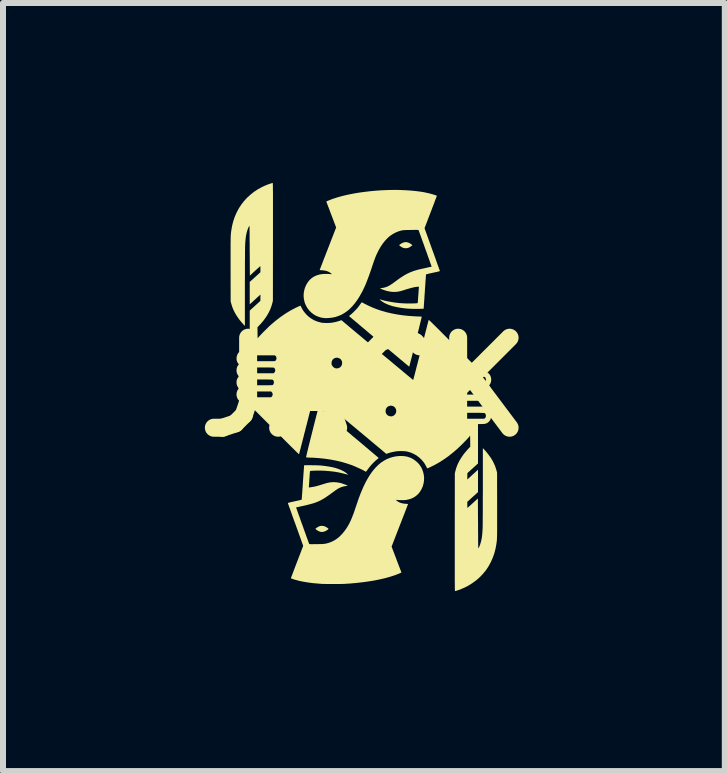
<source format=kicad_pcb>
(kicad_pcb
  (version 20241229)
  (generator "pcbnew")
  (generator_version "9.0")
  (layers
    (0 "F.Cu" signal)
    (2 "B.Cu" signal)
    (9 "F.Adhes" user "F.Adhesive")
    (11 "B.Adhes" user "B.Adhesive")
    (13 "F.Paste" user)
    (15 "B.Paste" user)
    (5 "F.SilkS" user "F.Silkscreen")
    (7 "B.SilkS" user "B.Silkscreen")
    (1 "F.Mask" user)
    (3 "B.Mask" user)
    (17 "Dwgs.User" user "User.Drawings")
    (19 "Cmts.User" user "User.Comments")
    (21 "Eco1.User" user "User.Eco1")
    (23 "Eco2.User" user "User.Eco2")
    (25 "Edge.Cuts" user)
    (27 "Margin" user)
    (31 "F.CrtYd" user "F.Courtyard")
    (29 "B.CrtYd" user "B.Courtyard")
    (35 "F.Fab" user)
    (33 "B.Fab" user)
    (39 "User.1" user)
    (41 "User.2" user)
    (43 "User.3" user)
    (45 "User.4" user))
  (footprint "JACK"
    (layer "F.Cu")
    (at 3.014 3.4)
    (property "Reference" "JACK" (at 0 0 0) (layer "F.SilkS") (effects (font (size 1.5 1.5) (thickness 0.3))))
    (attr board_only exclude_from_pos_files exclude_from_bom)
    (fp_poly (pts (xy -0.673 2.316) (xy -0.645 2.325) (xy -0.618 2.34) (xy -0.609 2.346) (xy -0.599 2.354) (xy -0.592 2.36) (xy -0.588 2.364) (xy -0.588 2.364) (xy -0.59 2.367) (xy -0.597 2.373) (xy -0.606 2.38) (xy -0.616 2.387) (xy -0.627 2.394) (xy -0.636 2.399) (xy -0.636 2.399) (xy -0.661 2.409) (xy -0.687 2.415) (xy -0.712 2.415) (xy -0.731 2.411) (xy -0.743 2.406) (xy -0.757 2.4) (xy -0.771 2.392) (xy -0.784 2.384) (xy -0.795 2.376) (xy -0.803 2.369) (xy -0.807 2.364) (xy -0.807 2.363) (xy -0.805 2.36) (xy -0.798 2.355) (xy -0.789 2.348) (xy -0.778 2.34) (xy -0.767 2.333) (xy -0.757 2.327) (xy -0.754 2.326) (xy -0.728 2.316) (xy -0.7 2.313)) (stroke (width 0) (type solid)) (fill yes) (layer "F.SilkS"))
    (fp_poly (pts (xy 0.716 -2.414) (xy 0.743 -2.406) (xy 0.75 -2.403) (xy 0.762 -2.397) (xy 0.774 -2.39) (xy 0.786 -2.382) (xy 0.796 -2.374) (xy 0.804 -2.368) (xy 0.807 -2.364) (xy 0.807 -2.363) (xy 0.805 -2.36) (xy 0.798 -2.355) (xy 0.789 -2.348) (xy 0.778 -2.34) (xy 0.767 -2.333) (xy 0.758 -2.328) (xy 0.756 -2.326) (xy 0.729 -2.316) (xy 0.701 -2.313) (xy 0.673 -2.315) (xy 0.666 -2.317) (xy 0.654 -2.321) (xy 0.643 -2.325) (xy 0.638 -2.327) (xy 0.631 -2.331) (xy 0.622 -2.337) (xy 0.611 -2.345) (xy 0.601 -2.352) (xy 0.593 -2.359) (xy 0.588 -2.363) (xy 0.588 -2.364) (xy 0.59 -2.367) (xy 0.596 -2.372) (xy 0.605 -2.379) (xy 0.633 -2.397) (xy 0.661 -2.409) (xy 0.689 -2.415)) (stroke (width 0) (type solid)) (fill yes) (layer "F.SilkS"))
    (fp_poly (pts (xy -0.753 0.341) (xy -0.746 0.347) (xy -0.734 0.357) (xy -0.718 0.37) (xy -0.699 0.386) (xy -0.676 0.405) (xy -0.65 0.427) (xy -0.62 0.452) (xy -0.589 0.478) (xy -0.554 0.507) (xy -0.518 0.538) (xy -0.48 0.57) (xy -0.44 0.603) (xy -0.399 0.637) (xy -0.357 0.673) (xy -0.315 0.708) (xy -0.272 0.744) (xy -0.229 0.78) (xy -0.186 0.817) (xy -0.144 0.852) (xy -0.102 0.887) (xy -0.061 0.921) (xy -0.022 0.954) (xy 0.016 0.986) (xy 0.051 1.016) (xy 0.085 1.045) (xy 0.116 1.071) (xy 0.145 1.095) (xy 0.17 1.116) (xy 0.192 1.135) (xy 0.211 1.151) (xy 0.225 1.163) (xy 0.236 1.172) (xy 0.242 1.177) (xy 0.243 1.178) (xy 0.245 1.181) (xy 0.245 1.184) (xy 0.242 1.188) (xy 0.235 1.194) (xy 0.226 1.201) (xy 0.191 1.23) (xy 0.156 1.264) (xy 0.12 1.302) (xy 0.087 1.343) (xy 0.062 1.376) (xy 0.053 1.389) (xy 0.044 1.4) (xy 0.038 1.408) (xy 0.034 1.411) (xy 0.034 1.411) (xy 0.029 1.41) (xy 0.022 1.406) (xy 0.02 1.404) (xy 0.002 1.394) (xy -0.021 1.382) (xy -0.048 1.369) (xy -0.077 1.355) (xy -0.109 1.341) (xy -0.14 1.327) (xy -0.171 1.314) (xy -0.2 1.302) (xy -0.218 1.296) (xy -0.296 1.27) (xy -0.378 1.246) (xy -0.465 1.226) (xy -0.556 1.209) (xy -0.649 1.195) (xy -0.745 1.185) (xy -0.843 1.178) (xy -0.89 1.177) (xy -0.911 1.176) (xy -0.929 1.175) (xy -0.945 1.174) (xy -0.956 1.173) (xy -0.962 1.172) (xy -0.963 1.172) (xy -0.963 1.17) (xy -0.962 1.164) (xy -0.96 1.155) (xy -0.957 1.141) (xy -0.953 1.124) (xy -0.948 1.102) (xy -0.942 1.075) (xy -0.934 1.044) (xy -0.925 1.007) (xy -0.915 0.965) (xy -0.903 0.918) (xy -0.89 0.865) (xy -0.875 0.807) (xy -0.862 0.754) (xy -0.849 0.704) (xy -0.837 0.655) (xy -0.825 0.609) (xy -0.814 0.564) (xy -0.803 0.523) (xy -0.794 0.485) (xy -0.785 0.451) (xy -0.777 0.42) (xy -0.77 0.394) (xy -0.765 0.372) (xy -0.76 0.356) (xy -0.757 0.345) (xy -0.756 0.34) (xy -0.755 0.339)) (stroke (width 0) (type solid)) (fill yes) (layer "F.SilkS"))
    (fp_poly (pts (xy -0.029 -1.41) (xy -0.022 -1.406) (xy -0.016 -1.403) (xy 0.011 -1.388) (xy 0.043 -1.372) (xy 0.078 -1.355) (xy 0.115 -1.338) (xy 0.152 -1.322) (xy 0.189 -1.307) (xy 0.218 -1.296) (xy 0.294 -1.27) (xy 0.376 -1.247) (xy 0.462 -1.227) (xy 0.551 -1.21) (xy 0.644 -1.196) (xy 0.738 -1.186) (xy 0.834 -1.179) (xy 0.894 -1.176) (xy 0.914 -1.176) (xy 0.932 -1.175) (xy 0.947 -1.174) (xy 0.958 -1.173) (xy 0.964 -1.172) (xy 0.964 -1.171) (xy 0.964 -1.168) (xy 0.962 -1.159) (xy 0.958 -1.144) (xy 0.954 -1.125) (xy 0.948 -1.101) (xy 0.941 -1.073) (xy 0.933 -1.041) (xy 0.925 -1.007) (xy 0.916 -0.969) (xy 0.906 -0.93) (xy 0.895 -0.888) (xy 0.885 -0.845) (xy 0.874 -0.802) (xy 0.863 -0.758) (xy 0.852 -0.713) (xy 0.841 -0.67) (xy 0.83 -0.627) (xy 0.819 -0.585) (xy 0.809 -0.545) (xy 0.8 -0.508) (xy 0.791 -0.473) (xy 0.782 -0.441) (xy 0.775 -0.413) (xy 0.769 -0.388) (xy 0.764 -0.368) (xy 0.76 -0.353) (xy 0.757 -0.343) (xy 0.756 -0.339) (xy 0.755 -0.339) (xy 0.753 -0.341) (xy 0.746 -0.347) (xy 0.734 -0.357) (xy 0.718 -0.37) (xy 0.698 -0.387) (xy 0.674 -0.407) (xy 0.647 -0.43) (xy 0.616 -0.455) (xy 0.582 -0.484) (xy 0.546 -0.514) (xy 0.507 -0.547) (xy 0.465 -0.582) (xy 0.421 -0.619) (xy 0.376 -0.657) (xy 0.329 -0.697) (xy 0.28 -0.738) (xy 0.257 -0.757) (xy 0.207 -0.799) (xy 0.159 -0.839) (xy 0.113 -0.878) (xy 0.068 -0.916) (xy 0.026 -0.952) (xy -0.015 -0.986) (xy -0.053 -1.018) (xy -0.088 -1.048) (xy -0.12 -1.075) (xy -0.149 -1.099) (xy -0.175 -1.121) (xy -0.197 -1.139) (xy -0.215 -1.155) (xy -0.229 -1.167) (xy -0.239 -1.175) (xy -0.244 -1.179) (xy -0.245 -1.18) (xy -0.245 -1.182) (xy -0.243 -1.186) (xy -0.236 -1.193) (xy -0.225 -1.201) (xy -0.212 -1.212) (xy -0.195 -1.227) (xy -0.177 -1.244) (xy -0.158 -1.263) (xy -0.139 -1.282) (xy -0.122 -1.3) (xy -0.108 -1.316) (xy -0.101 -1.324) (xy -0.091 -1.337) (xy -0.079 -1.353) (xy -0.067 -1.37) (xy -0.06 -1.38) (xy -0.051 -1.392) (xy -0.043 -1.402) (xy -0.037 -1.409) (xy -0.034 -1.411)) (stroke (width 0) (type solid)) (fill yes) (layer "F.SilkS"))
    (fp_poly (pts (xy 0.595 -3.284) (xy 0.691 -3.28) (xy 0.784 -3.274) (xy 0.874 -3.265) (xy 0.89 -3.263) (xy 0.942 -3.256) (xy 0.994 -3.248) (xy 1.042 -3.238) (xy 1.082 -3.229) (xy 1.103 -3.224) (xy 1.124 -3.218) (xy 1.145 -3.212) (xy 1.166 -3.206) (xy 1.183 -3.2) (xy 1.198 -3.195) (xy 1.209 -3.191) (xy 1.215 -3.188) (xy 1.216 -3.187) (xy 1.215 -3.184) (xy 1.212 -3.175) (xy 1.207 -3.161) (xy 1.2 -3.142) (xy 1.191 -3.119) (xy 1.181 -3.092) (xy 1.17 -3.061) (xy 1.157 -3.028) (xy 1.143 -2.992) (xy 1.129 -2.954) (xy 1.114 -2.916) (xy 1.011 -2.647) (xy 1.138 -2.293) (xy 1.155 -2.247) (xy 1.171 -2.203) (xy 1.186 -2.161) (xy 1.2 -2.121) (xy 1.213 -2.084) (xy 1.225 -2.05) (xy 1.236 -2.02) (xy 1.246 -1.993) (xy 1.253 -1.971) (xy 1.26 -1.954) (xy 1.264 -1.942) (xy 1.266 -1.936) (xy 1.266 -1.934) (xy 1.265 -1.933) (xy 1.261 -1.931) (xy 1.254 -1.928) (xy 1.243 -1.925) (xy 1.227 -1.921) (xy 1.206 -1.916) (xy 1.18 -1.911) (xy 1.153 -1.905) (xy 1.127 -1.899) (xy 1.103 -1.894) (xy 1.081 -1.889) (xy 1.063 -1.884) (xy 1.049 -1.881) (xy 1.04 -1.878) (xy 1.037 -1.877) (xy 1.036 -1.874) (xy 1.035 -1.864) (xy 1.034 -1.849) (xy 1.032 -1.829) (xy 1.031 -1.804) (xy 1.028 -1.775) (xy 1.026 -1.743) (xy 1.024 -1.707) (xy 1.021 -1.669) (xy 1.018 -1.628) (xy 1.016 -1.59) (xy 1.013 -1.548) (xy 1.01 -1.508) (xy 1.008 -1.47) (xy 1.005 -1.435) (xy 1.003 -1.403) (xy 1.001 -1.375) (xy 1 -1.351) (xy 0.998 -1.331) (xy 0.997 -1.317) (xy 0.997 -1.308) (xy 0.997 -1.306) (xy 0.993 -1.305) (xy 0.985 -1.305) (xy 0.971 -1.304) (xy 0.954 -1.304) (xy 0.934 -1.303) (xy 0.922 -1.303) (xy 0.852 -1.302) (xy 0.783 -1.304) (xy 0.716 -1.308) (xy 0.652 -1.315) (xy 0.591 -1.324) (xy 0.533 -1.335) (xy 0.479 -1.348) (xy 0.429 -1.364) (xy 0.384 -1.381) (xy 0.343 -1.401) (xy 0.308 -1.422) (xy 0.28 -1.444) (xy 0.271 -1.452) (xy 0.265 -1.458) (xy 0.262 -1.461) (xy 0.262 -1.461) (xy 0.266 -1.461) (xy 0.274 -1.459) (xy 0.285 -1.456) (xy 0.291 -1.454) (xy 0.342 -1.44) (xy 0.399 -1.428) (xy 0.459 -1.417) (xy 0.522 -1.407) (xy 0.585 -1.4) (xy 0.604 -1.398) (xy 0.625 -1.397) (xy 0.65 -1.395) (xy 0.676 -1.394) (xy 0.704 -1.393) (xy 0.733 -1.393) (xy 0.762 -1.393) (xy 0.79 -1.393) (xy 0.816 -1.393) (xy 0.84 -1.394) (xy 0.861 -1.395) (xy 0.877 -1.396) (xy 0.889 -1.397) (xy 0.896 -1.399) (xy 0.897 -1.4) (xy 0.897 -1.403) (xy 0.898 -1.412) (xy 0.9 -1.426) (xy 0.901 -1.444) (xy 0.903 -1.465) (xy 0.904 -1.488) (xy 0.906 -1.513) (xy 0.908 -1.539) (xy 0.91 -1.564) (xy 0.912 -1.589) (xy 0.913 -1.612) (xy 0.915 -1.632) (xy 0.916 -1.649) (xy 0.917 -1.662) (xy 0.917 -1.669) (xy 0.916 -1.671) (xy 0.911 -1.672) (xy 0.903 -1.672) (xy 0.894 -1.671) (xy 0.876 -1.669) (xy 0.858 -1.667) (xy 0.839 -1.663) (xy 0.819 -1.659) (xy 0.796 -1.653) (xy 0.769 -1.646) (xy 0.739 -1.637) (xy 0.704 -1.627) (xy 0.664 -1.614) (xy 0.66 -1.613) (xy 0.633 -1.605) (xy 0.61 -1.598) (xy 0.59 -1.594) (xy 0.571 -1.59) (xy 0.552 -1.587) (xy 0.536 -1.586) (xy 0.488 -1.585) (xy 0.439 -1.59) (xy 0.388 -1.6) (xy 0.358 -1.609) (xy 0.343 -1.614) (xy 0.326 -1.62) (xy 0.31 -1.626) (xy 0.294 -1.632) (xy 0.282 -1.638) (xy 0.273 -1.642) (xy 0.27 -1.644) (xy 0.272 -1.645) (xy 0.278 -1.647) (xy 0.288 -1.648) (xy 0.289 -1.648) (xy 0.327 -1.654) (xy 0.362 -1.663) (xy 0.396 -1.676) (xy 0.43 -1.694) (xy 0.465 -1.716) (xy 0.478 -1.725) (xy 0.488 -1.732) (xy 0.501 -1.742) (xy 0.518 -1.754) (xy 0.537 -1.768) (xy 0.556 -1.782) (xy 0.565 -1.789) (xy 0.603 -1.816) (xy 0.638 -1.839) (xy 0.67 -1.859) (xy 0.701 -1.877) (xy 0.732 -1.893) (xy 0.764 -1.908) (xy 0.783 -1.916) (xy 0.803 -1.923) (xy 0.821 -1.931) (xy 0.84 -1.937) (xy 0.86 -1.943) (xy 0.881 -1.949) (xy 0.904 -1.956) (xy 0.931 -1.962) (xy 0.962 -1.969) (xy 0.998 -1.977) (xy 1.03 -1.984) (xy 1.054 -1.99) (xy 1.076 -1.995) (xy 1.096 -1.999) (xy 1.111 -2.002) (xy 1.123 -2.005) (xy 1.129 -2.006) (xy 1.129 -2.007) (xy 1.129 -2.01) (xy 1.126 -2.018) (xy 1.121 -2.032) (xy 1.114 -2.05) (xy 1.106 -2.073) (xy 1.097 -2.099) (xy 1.087 -2.128) (xy 1.075 -2.159) (xy 1.063 -2.193) (xy 1.051 -2.229) (xy 1.038 -2.265) (xy 1.024 -2.302) (xy 1.011 -2.339) (xy 0.998 -2.376) (xy 0.985 -2.412) (xy 0.972 -2.447) (xy 0.961 -2.479) (xy 0.95 -2.51) (xy 0.94 -2.537) (xy 0.931 -2.561) (xy 0.924 -2.581) (xy 0.918 -2.597) (xy 0.914 -2.608) (xy 0.912 -2.613) (xy 0.911 -2.615) (xy 0.909 -2.616) (xy 0.906 -2.617) (xy 0.901 -2.618) (xy 0.893 -2.618) (xy 0.882 -2.619) (xy 0.867 -2.619) (xy 0.847 -2.619) (xy 0.823 -2.618) (xy 0.792 -2.618) (xy 0.787 -2.618) (xy 0.752 -2.617) (xy 0.722 -2.617) (xy 0.698 -2.616) (xy 0.677 -2.615) (xy 0.659 -2.614) (xy 0.644 -2.612) (xy 0.63 -2.609) (xy 0.616 -2.606) (xy 0.602 -2.602) (xy 0.586 -2.597) (xy 0.577 -2.594) (xy 0.527 -2.574) (xy 0.48 -2.548) (xy 0.434 -2.517) (xy 0.391 -2.479) (xy 0.35 -2.435) (xy 0.311 -2.385) (xy 0.274 -2.329) (xy 0.24 -2.268) (xy 0.233 -2.252) (xy 0.222 -2.231) (xy 0.212 -2.21) (xy 0.203 -2.189) (xy 0.194 -2.168) (xy 0.185 -2.144) (xy 0.176 -2.119) (xy 0.165 -2.09) (xy 0.154 -2.057) (xy 0.141 -2.019) (xy 0.134 -1.997) (xy 0.112 -1.932) (xy 0.091 -1.872) (xy 0.071 -1.818) (xy 0.052 -1.768) (xy 0.034 -1.722) (xy 0.016 -1.68) (xy -0.003 -1.64) (xy -0.021 -1.602) (xy -0.032 -1.582) (xy -0.07 -1.514) (xy -0.109 -1.452) (xy -0.15 -1.396) (xy -0.192 -1.346) (xy -0.235 -1.302) (xy -0.28 -1.264) (xy -0.327 -1.232) (xy -0.376 -1.204) (xy -0.427 -1.183) (xy -0.475 -1.167) (xy -0.509 -1.16) (xy -0.547 -1.154) (xy -0.585 -1.15) (xy -0.623 -1.148) (xy -0.657 -1.149) (xy -0.664 -1.15) (xy -0.711 -1.157) (xy -0.757 -1.171) (xy -0.8 -1.189) (xy -0.84 -1.213) (xy -0.877 -1.242) (xy -0.91 -1.275) (xy -0.939 -1.312) (xy -0.963 -1.353) (xy -0.982 -1.396) (xy -0.991 -1.427) (xy -1 -1.47) (xy -1.004 -1.512) (xy -1.003 -1.554) (xy -1 -1.579) (xy -0.99 -1.627) (xy -0.975 -1.672) (xy -0.955 -1.713) (xy -0.931 -1.751) (xy -0.903 -1.785) (xy -0.871 -1.814) (xy -0.836 -1.838) (xy -0.816 -1.848) (xy -0.78 -1.863) (xy -0.743 -1.874) (xy -0.704 -1.881) (xy -0.662 -1.885) (xy -0.615 -1.885) (xy -0.61 -1.885) (xy -0.591 -1.884) (xy -0.573 -1.883) (xy -0.558 -1.882) (xy -0.547 -1.881) (xy -0.542 -1.881) (xy -0.531 -1.879) (xy -0.547 -1.894) (xy -0.57 -1.911) (xy -0.597 -1.925) (xy -0.63 -1.936) (xy -0.666 -1.943) (xy -0.698 -1.946) (xy -0.713 -1.947) (xy -0.725 -1.948) (xy -0.733 -1.95) (xy -0.736 -1.951) (xy -0.735 -1.954) (xy -0.732 -1.963) (xy -0.726 -1.977) (xy -0.719 -1.996) (xy -0.71 -2.02) (xy -0.699 -2.047) (xy -0.687 -2.079) (xy -0.674 -2.114) (xy -0.659 -2.152) (xy -0.643 -2.192) (xy -0.627 -2.235) (xy -0.609 -2.28) (xy -0.599 -2.306) (xy -0.462 -2.659) (xy -0.544 -2.875) (xy -0.558 -2.911) (xy -0.57 -2.944) (xy -0.582 -2.976) (xy -0.593 -3.004) (xy -0.603 -3.03) (xy -0.611 -3.052) (xy -0.618 -3.069) (xy -0.622 -3.082) (xy -0.625 -3.09) (xy -0.626 -3.092) (xy -0.622 -3.094) (xy -0.612 -3.098) (xy -0.6 -3.104) (xy -0.584 -3.11) (xy -0.567 -3.117) (xy -0.55 -3.124) (xy -0.533 -3.13) (xy -0.518 -3.136) (xy -0.512 -3.138) (xy -0.437 -3.162) (xy -0.358 -3.184) (xy -0.273 -3.204) (xy -0.184 -3.222) (xy -0.092 -3.238) (xy 0.003 -3.251) (xy 0.101 -3.263) (xy 0.199 -3.272) (xy 0.299 -3.279) (xy 0.398 -3.283) (xy 0.497 -3.285)) (stroke (width 0) (type solid)) (fill yes) (layer "F.SilkS"))
    (fp_poly (pts (xy 0.673 1.152) (xy 0.72 1.16) (xy 0.765 1.174) (xy 0.807 1.193) (xy 0.847 1.219) (xy 0.86 1.229) (xy 0.897 1.261) (xy 0.928 1.296) (xy 0.954 1.335) (xy 0.974 1.377) (xy 0.989 1.421) (xy 0.999 1.466) (xy 1.004 1.513) (xy 1.002 1.56) (xy 0.995 1.607) (xy 0.982 1.654) (xy 0.963 1.698) (xy 0.94 1.738) (xy 0.913 1.774) (xy 0.881 1.805) (xy 0.846 1.831) (xy 0.806 1.853) (xy 0.762 1.869) (xy 0.714 1.88) (xy 0.695 1.883) (xy 0.682 1.884) (xy 0.664 1.885) (xy 0.643 1.885) (xy 0.621 1.885) (xy 0.598 1.884) (xy 0.577 1.884) (xy 0.558 1.882) (xy 0.544 1.881) (xy 0.542 1.881) (xy 0.531 1.879) (xy 0.547 1.894) (xy 0.57 1.911) (xy 0.597 1.925) (xy 0.63 1.936) (xy 0.666 1.943) (xy 0.698 1.946) (xy 0.713 1.947) (xy 0.725 1.948) (xy 0.733 1.95) (xy 0.736 1.951) (xy 0.735 1.954) (xy 0.732 1.963) (xy 0.726 1.977) (xy 0.719 1.996) (xy 0.71 2.02) (xy 0.699 2.048) (xy 0.687 2.079) (xy 0.674 2.114) (xy 0.659 2.152) (xy 0.643 2.192) (xy 0.627 2.235) (xy 0.609 2.28) (xy 0.599 2.306) (xy 0.462 2.659) (xy 0.543 2.872) (xy 0.556 2.908) (xy 0.569 2.941) (xy 0.581 2.973) (xy 0.592 3.001) (xy 0.602 3.027) (xy 0.61 3.049) (xy 0.617 3.066) (xy 0.622 3.079) (xy 0.625 3.087) (xy 0.625 3.089) (xy 0.623 3.091) (xy 0.616 3.096) (xy 0.605 3.101) (xy 0.591 3.107) (xy 0.587 3.109) (xy 0.518 3.136) (xy 0.443 3.16) (xy 0.363 3.183) (xy 0.277 3.203) (xy 0.186 3.222) (xy 0.09 3.238) (xy -0.01 3.252) (xy -0.114 3.264) (xy -0.222 3.274) (xy -0.333 3.281) (xy -0.334 3.281) (xy -0.354 3.282) (xy -0.379 3.282) (xy -0.408 3.283) (xy -0.44 3.283) (xy -0.475 3.283) (xy -0.51 3.283) (xy -0.546 3.283) (xy -0.58 3.283) (xy -0.613 3.283) (xy -0.642 3.282) (xy -0.668 3.282) (xy -0.688 3.281) (xy -0.696 3.281) (xy -0.781 3.274) (xy -0.859 3.267) (xy -0.932 3.257) (xy -1 3.246) (xy -1.062 3.234) (xy -1.076 3.231) (xy -1.094 3.226) (xy -1.115 3.22) (xy -1.135 3.215) (xy -1.156 3.209) (xy -1.174 3.203) (xy -1.191 3.197) (xy -1.204 3.193) (xy -1.212 3.189) (xy -1.216 3.187) (xy -1.215 3.184) (xy -1.212 3.175) (xy -1.207 3.161) (xy -1.2 3.142) (xy -1.191 3.119) (xy -1.181 3.092) (xy -1.17 3.062) (xy -1.157 3.028) (xy -1.143 2.992) (xy -1.129 2.954) (xy -1.114 2.916) (xy -1.011 2.647) (xy -1.138 2.293) (xy -1.155 2.247) (xy -1.171 2.203) (xy -1.186 2.161) (xy -1.2 2.121) (xy -1.213 2.084) (xy -1.225 2.05) (xy -1.236 2.02) (xy -1.246 1.994) (xy -1.253 1.972) (xy -1.26 1.954) (xy -1.264 1.942) (xy -1.266 1.936) (xy -1.266 1.934) (xy -1.265 1.933) (xy -1.261 1.931) (xy -1.254 1.928) (xy -1.242 1.925) (xy -1.226 1.921) (xy -1.205 1.916) (xy -1.179 1.911) (xy -1.153 1.905) (xy -1.127 1.899) (xy -1.103 1.894) (xy -1.081 1.889) (xy -1.063 1.884) (xy -1.049 1.881) (xy -1.04 1.879) (xy -1.037 1.877) (xy -1.036 1.874) (xy -1.035 1.864) (xy -1.034 1.849) (xy -1.032 1.829) (xy -1.031 1.804) (xy -1.028 1.775) (xy -1.026 1.743) (xy -1.024 1.707) (xy -1.021 1.669) (xy -1.018 1.628) (xy -1.016 1.59) (xy -1.013 1.548) (xy -1.01 1.508) (xy -1.008 1.47) (xy -1.005 1.434) (xy -1.003 1.403) (xy -1.001 1.374) (xy -0.999 1.35) (xy -0.998 1.331) (xy -0.997 1.316) (xy -0.996 1.308) (xy -0.996 1.305) (xy -0.992 1.304) (xy -0.983 1.304) (xy -0.968 1.303) (xy -0.95 1.303) (xy -0.929 1.303) (xy -0.905 1.303) (xy -0.88 1.303) (xy -0.854 1.304) (xy -0.828 1.304) (xy -0.803 1.304) (xy -0.78 1.305) (xy -0.759 1.306) (xy -0.742 1.306) (xy -0.729 1.307) (xy -0.725 1.307) (xy -0.653 1.315) (xy -0.586 1.325) (xy -0.526 1.336) (xy -0.47 1.35) (xy -0.42 1.367) (xy -0.375 1.385) (xy -0.334 1.406) (xy -0.324 1.412) (xy -0.313 1.419) (xy -0.302 1.427) (xy -0.291 1.435) (xy -0.281 1.444) (xy -0.272 1.451) (xy -0.267 1.457) (xy -0.264 1.461) (xy -0.266 1.461) (xy -0.266 1.461) (xy -0.275 1.459) (xy -0.289 1.455) (xy -0.307 1.45) (xy -0.327 1.445) (xy -0.348 1.44) (xy -0.368 1.435) (xy -0.388 1.43) (xy -0.404 1.427) (xy -0.415 1.424) (xy -0.492 1.411) (xy -0.571 1.402) (xy -0.655 1.395) (xy -0.718 1.393) (xy -0.746 1.393) (xy -0.774 1.393) (xy -0.801 1.393) (xy -0.826 1.394) (xy -0.849 1.395) (xy -0.868 1.396) (xy -0.883 1.397) (xy -0.893 1.399) (xy -0.897 1.401) (xy -0.897 1.401) (xy -0.898 1.405) (xy -0.899 1.415) (xy -0.9 1.429) (xy -0.902 1.448) (xy -0.904 1.47) (xy -0.905 1.495) (xy -0.907 1.52) (xy -0.909 1.548) (xy -0.91 1.574) (xy -0.912 1.598) (xy -0.913 1.619) (xy -0.915 1.636) (xy -0.916 1.648) (xy -0.916 1.654) (xy -0.918 1.673) (xy -0.909 1.673) (xy -0.898 1.672) (xy -0.883 1.67) (xy -0.865 1.667) (xy -0.845 1.664) (xy -0.825 1.66) (xy -0.807 1.656) (xy -0.799 1.654) (xy -0.786 1.651) (xy -0.769 1.646) (xy -0.748 1.64) (xy -0.725 1.633) (xy -0.702 1.626) (xy -0.696 1.624) (xy -0.674 1.617) (xy -0.653 1.611) (xy -0.635 1.605) (xy -0.619 1.601) (xy -0.608 1.598) (xy -0.605 1.597) (xy -0.556 1.588) (xy -0.505 1.585) (xy -0.453 1.588) (xy -0.402 1.597) (xy -0.376 1.603) (xy -0.363 1.607) (xy -0.347 1.613) (xy -0.33 1.619) (xy -0.313 1.625) (xy -0.298 1.631) (xy -0.284 1.637) (xy -0.275 1.641) (xy -0.27 1.643) (xy -0.27 1.644) (xy -0.272 1.645) (xy -0.278 1.647) (xy -0.288 1.648) (xy -0.289 1.648) (xy -0.335 1.656) (xy -0.379 1.669) (xy -0.42 1.688) (xy -0.436 1.697) (xy -0.445 1.703) (xy -0.458 1.712) (xy -0.475 1.723) (xy -0.494 1.737) (xy -0.514 1.752) (xy -0.535 1.767) (xy -0.539 1.77) (xy -0.579 1.799) (xy -0.615 1.824) (xy -0.649 1.847) (xy -0.681 1.866) (xy -0.713 1.884) (xy -0.744 1.9) (xy -0.777 1.914) (xy -0.81 1.927) (xy -0.847 1.939) (xy -0.886 1.95) (xy -0.929 1.961) (xy -0.977 1.973) (xy -1.031 1.985) (xy -1.037 1.986) (xy -1.06 1.991) (xy -1.081 1.996) (xy -1.1 2) (xy -1.114 2.003) (xy -1.124 2.005) (xy -1.129 2.007) (xy -1.129 2.007) (xy -1.129 2.01) (xy -1.126 2.018) (xy -1.121 2.032) (xy -1.114 2.05) (xy -1.106 2.073) (xy -1.097 2.099) (xy -1.087 2.128) (xy -1.075 2.159) (xy -1.063 2.193) (xy -1.051 2.229) (xy -1.038 2.265) (xy -1.024 2.302) (xy -1.011 2.339) (xy -0.998 2.376) (xy -0.985 2.412) (xy -0.972 2.447) (xy -0.961 2.479) (xy -0.95 2.51) (xy -0.94 2.537) (xy -0.931 2.561) (xy -0.924 2.581) (xy -0.918 2.597) (xy -0.914 2.608) (xy -0.912 2.613) (xy -0.911 2.615) (xy -0.909 2.616) (xy -0.906 2.617) (xy -0.901 2.618) (xy -0.893 2.618) (xy -0.882 2.619) (xy -0.867 2.619) (xy -0.847 2.619) (xy -0.823 2.618) (xy -0.792 2.618) (xy -0.787 2.618) (xy -0.754 2.618) (xy -0.728 2.617) (xy -0.706 2.617) (xy -0.689 2.616) (xy -0.675 2.615) (xy -0.663 2.614) (xy -0.653 2.613) (xy -0.645 2.612) (xy -0.636 2.61) (xy -0.631 2.609) (xy -0.579 2.595) (xy -0.529 2.575) (xy -0.482 2.55) (xy -0.437 2.519) (xy -0.395 2.482) (xy -0.355 2.44) (xy -0.316 2.392) (xy -0.28 2.339) (xy -0.264 2.312) (xy -0.249 2.286) (xy -0.235 2.258) (xy -0.221 2.229) (xy -0.207 2.197) (xy -0.193 2.162) (xy -0.178 2.124) (xy -0.162 2.081) (xy -0.146 2.032) (xy -0.137 2.007) (xy -0.121 1.959) (xy -0.106 1.916) (xy -0.093 1.877) (xy -0.081 1.843) (xy -0.069 1.811) (xy -0.058 1.782) (xy -0.047 1.755) (xy -0.039 1.736) (xy -0.004 1.655) (xy 0.033 1.58) (xy 0.071 1.512) (xy 0.111 1.449) (xy 0.152 1.393) (xy 0.195 1.343) (xy 0.239 1.299) (xy 0.285 1.26) (xy 0.334 1.228) (xy 0.384 1.201) (xy 0.436 1.18) (xy 0.49 1.164) (xy 0.546 1.154) (xy 0.604 1.149) (xy 0.623 1.149)) (stroke (width 0) (type solid)) (fill yes) (layer "F.SilkS"))
    (fp_poly (pts (xy -1.518 -3.4) (xy -1.518 -3.397) (xy -1.518 -3.393) (xy -1.517 -3.388) (xy -1.517 -3.38) (xy -1.517 -3.369) (xy -1.516 -3.357) (xy -1.516 -3.341) (xy -1.516 -3.323) (xy -1.516 -3.301) (xy -1.516 -3.277) (xy -1.515 -3.248) (xy -1.515 -3.216) (xy -1.515 -3.18) (xy -1.515 -3.14) (xy -1.515 -3.095) (xy -1.515 -3.046) (xy -1.515 -2.993) (xy -1.515 -2.934) (xy -1.515 -2.87) (xy -1.515 -2.801) (xy -1.515 -2.726) (xy -1.515 -2.645) (xy -1.515 -2.559) (xy -1.515 -2.466) (xy -1.515 -2.419) (xy -1.516 -1.439) (xy -1.523 -1.408) (xy -1.54 -1.349) (xy -1.562 -1.29) (xy -1.591 -1.231) (xy -1.626 -1.173) (xy -1.667 -1.115) (xy -1.714 -1.058) (xy -1.751 -1.019) (xy -1.773 -0.996) (xy -1.772 -0.903) (xy -1.771 -0.81) (xy -1.749 -0.837) (xy -1.735 -0.853) (xy -1.717 -0.872) (xy -1.696 -0.894) (xy -1.674 -0.917) (xy -1.65 -0.941) (xy -1.625 -0.965) (xy -1.602 -0.988) (xy -1.58 -1.01) (xy -1.56 -1.028) (xy -1.557 -1.031) (xy -1.475 -1.101) (xy -1.392 -1.165) (xy -1.308 -1.223) (xy -1.223 -1.275) (xy -1.137 -1.32) (xy -1.09 -1.342) (xy -1.075 -1.349) (xy -1.064 -1.353) (xy -1.057 -1.354) (xy -1.054 -1.354) (xy -1.053 -1.353) (xy -1.049 -1.343) (xy -1.042 -1.328) (xy -1.033 -1.312) (xy -1.023 -1.294) (xy -1.013 -1.277) (xy -1.003 -1.262) (xy -0.996 -1.253) (xy -0.961 -1.211) (xy -0.921 -1.173) (xy -0.877 -1.141) (xy -0.831 -1.114) (xy -0.781 -1.093) (xy -0.729 -1.078) (xy -0.709 -1.073) (xy -0.689 -1.07) (xy -0.664 -1.069) (xy -0.636 -1.067) (xy -0.607 -1.067) (xy -0.579 -1.068) (xy -0.554 -1.07) (xy -0.538 -1.072) (xy -0.504 -1.077) (xy -0.468 -1.085) (xy -0.434 -1.094) (xy -0.406 -1.103) (xy -0.374 -1.114) (xy -0.357 -1.1) (xy -0.339 -1.085) (xy -0.317 -1.066) (xy -0.291 -1.045) (xy -0.262 -1.02) (xy -0.231 -0.994) (xy -0.196 -0.965) (xy -0.159 -0.934) (xy -0.12 -0.901) (xy -0.079 -0.867) (xy -0.036 -0.831) (xy 0.008 -0.794) (xy 0.054 -0.756) (xy 0.1 -0.718) (xy 0.147 -0.679) (xy 0.194 -0.639) (xy 0.242 -0.6) (xy 0.289 -0.56) (xy 0.336 -0.521) (xy 0.382 -0.483) (xy 0.428 -0.445) (xy 0.472 -0.408) (xy 0.515 -0.372) (xy 0.556 -0.338) (xy 0.595 -0.306) (xy 0.632 -0.275) (xy 0.666 -0.246) (xy 0.698 -0.22) (xy 0.726 -0.196) (xy 0.752 -0.175) (xy 0.774 -0.157) (xy 0.792 -0.142) (xy 0.806 -0.13) (xy 0.816 -0.122) (xy 0.822 -0.118) (xy 0.823 -0.117) (xy 0.823 -0.121) (xy 0.826 -0.13) (xy 1.52 -0.13) (xy 1.52 -0.113) (xy 1.526 -0.097) (xy 1.536 -0.083) (xy 1.539 -0.081) (xy 1.541 -0.08) (xy 1.543 -0.079) (xy 1.546 -0.078) (xy 1.55 -0.077) (xy 1.555 -0.076) (xy 1.563 -0.076) (xy 1.573 -0.075) (xy 1.586 -0.075) (xy 1.603 -0.075) (xy 1.624 -0.074) (xy 1.649 -0.074) (xy 1.679 -0.074) (xy 1.714 -0.074) (xy 1.756 -0.074) (xy 1.777 -0.074) (xy 1.822 -0.074) (xy 1.861 -0.074) (xy 1.894 -0.074) (xy 1.922 -0.075) (xy 1.945 -0.075) (xy 1.964 -0.075) (xy 1.979 -0.075) (xy 1.991 -0.076) (xy 2 -0.076) (xy 2.006 -0.077) (xy 2.011 -0.078) (xy 2.013 -0.079) (xy 2.014 -0.079) (xy 2.025 -0.091) (xy 2.032 -0.106) (xy 2.034 -0.122) (xy 2.032 -0.141) (xy 2.025 -0.156) (xy 2.016 -0.164) (xy 2.014 -0.166) (xy 2.012 -0.167) (xy 2.01 -0.168) (xy 2.006 -0.169) (xy 2 -0.169) (xy 1.993 -0.17) (xy 1.982 -0.17) (xy 1.969 -0.171) (xy 1.953 -0.171) (xy 1.932 -0.171) (xy 1.907 -0.171) (xy 1.877 -0.171) (xy 1.842 -0.171) (xy 1.801 -0.171) (xy 1.777 -0.171) (xy 1.546 -0.171) (xy 1.535 -0.16) (xy 1.525 -0.146) (xy 1.52 -0.13) (xy 0.826 -0.13) (xy 0.826 -0.13) (xy 0.83 -0.145) (xy 0.835 -0.165) (xy 0.842 -0.19) (xy 0.849 -0.219) (xy 0.858 -0.253) (xy 0.868 -0.291) (xy 0.878 -0.332) (xy 0.89 -0.377) (xy 0.902 -0.424) (xy 0.915 -0.474) (xy 0.928 -0.527) (xy 0.942 -0.581) (xy 0.951 -0.617) (xy 0.966 -0.673) (xy 0.979 -0.727) (xy 0.993 -0.778) (xy 1.005 -0.828) (xy 1.017 -0.874) (xy 1.028 -0.918) (xy 1.039 -0.958) (xy 1.048 -0.995) (xy 1.056 -1.028) (xy 1.064 -1.056) (xy 1.07 -1.079) (xy 1.075 -1.098) (xy 1.078 -1.111) (xy 1.08 -1.119) (xy 1.08 -1.12) (xy 1.083 -1.119) (xy 1.09 -1.112) (xy 1.101 -1.102) (xy 1.117 -1.087) (xy 1.137 -1.067) (xy 1.161 -1.044) (xy 1.189 -1.016) (xy 1.221 -0.984) (xy 1.258 -0.948) (xy 1.298 -0.907) (xy 1.342 -0.863) (xy 1.39 -0.815) (xy 1.441 -0.763) (xy 1.457 -0.747) (xy 1.833 -0.37) (xy 1.85 -0.401) (xy 1.887 -0.46) (xy 1.931 -0.518) (xy 1.979 -0.572) (xy 2.006 -0.601) (xy 2.053 -0.555) (xy 2.099 -0.509) (xy 2.077 -0.486) (xy 2.038 -0.443) (xy 2.003 -0.399) (xy 1.974 -0.354) (xy 1.954 -0.318) (xy 1.945 -0.299) (xy 1.939 -0.284) (xy 1.936 -0.274) (xy 1.936 -0.268) (xy 1.941 -0.264) (xy 1.949 -0.262) (xy 1.961 -0.262) (xy 1.968 -0.262) (xy 1.997 -0.26) (xy 2.022 -0.256) (xy 2.043 -0.249) (xy 2.053 -0.245) (xy 2.075 -0.231) (xy 2.093 -0.213) (xy 2.107 -0.19) (xy 2.116 -0.166) (xy 2.122 -0.139) (xy 2.122 -0.112) (xy 2.118 -0.086) (xy 2.109 -0.06) (xy 2.1 -0.045) (xy 2.094 -0.036) (xy 2.089 -0.029) (xy 2.088 -0.027) (xy 2.088 -0.022) (xy 2.092 -0.013) (xy 2.098 -0.004) (xy 2.112 0.022) (xy 2.12 0.049) (xy 2.122 0.077) (xy 2.121 0.102) (xy 2.115 0.125) (xy 2.105 0.147) (xy 2.09 0.171) (xy 2.088 0.173) (xy 2.086 0.179) (xy 2.088 0.182) (xy 2.1 0.2) (xy 2.109 0.216) (xy 2.114 0.227) (xy 2.121 0.255) (xy 2.122 0.283) (xy 2.119 0.311) (xy 2.11 0.338) (xy 2.097 0.361) (xy 2.093 0.367) (xy 2.083 0.379) (xy 2.09 0.387) (xy 2.105 0.408) (xy 2.116 0.433) (xy 2.121 0.459) (xy 2.122 0.487) (xy 2.118 0.515) (xy 2.109 0.541) (xy 2.109 0.541) (xy 2.094 0.566) (xy 2.075 0.586) (xy 2.053 0.601) (xy 2.027 0.611) (xy 2.016 0.614) (xy 2.006 0.615) (xy 1.991 0.616) (xy 1.973 0.616) (xy 1.954 0.617) (xy 1.95 0.617) (xy 1.902 0.617) (xy 1.902 0.945) (xy 1.902 1.274) (xy 1.813 1.355) (xy 1.725 1.435) (xy 1.724 1.488) (xy 1.724 1.541) (xy 1.795 1.476) (xy 1.813 1.459) (xy 1.832 1.442) (xy 1.849 1.427) (xy 1.863 1.413) (xy 1.875 1.403) (xy 1.883 1.396) (xy 1.883 1.395) (xy 1.902 1.378) (xy 1.902 1.565) (xy 1.902 1.752) (xy 1.813 1.832) (xy 1.724 1.913) (xy 1.724 1.964) (xy 1.724 1.981) (xy 1.725 1.996) (xy 1.725 2.007) (xy 1.725 2.014) (xy 1.726 2.015) (xy 1.728 2.013) (xy 1.735 2.007) (xy 1.746 1.997) (xy 1.759 1.985) (xy 1.776 1.971) (xy 1.794 1.954) (xy 1.814 1.936) (xy 1.9 1.857) (xy 1.902 2.211) (xy 1.903 2.276) (xy 1.903 2.335) (xy 1.903 2.387) (xy 1.904 2.435) (xy 1.904 2.477) (xy 1.904 2.514) (xy 1.904 2.546) (xy 1.904 2.574) (xy 1.905 2.599) (xy 1.905 2.619) (xy 1.905 2.636) (xy 1.905 2.65) (xy 1.905 2.661) (xy 1.906 2.669) (xy 1.906 2.676) (xy 1.906 2.68) (xy 1.906 2.683) (xy 1.907 2.685) (xy 1.907 2.686) (xy 1.908 2.686) (xy 1.908 2.685) (xy 1.908 2.685) (xy 1.908 2.685) (xy 1.913 2.68) (xy 1.918 2.67) (xy 1.925 2.657) (xy 1.931 2.641) (xy 1.938 2.623) (xy 1.942 2.611) (xy 1.952 2.577) (xy 1.96 2.541) (xy 1.967 2.502) (xy 1.972 2.458) (xy 1.976 2.41) (xy 1.979 2.356) (xy 1.979 2.351) (xy 1.98 2.339) (xy 1.98 2.322) (xy 1.98 2.299) (xy 1.981 2.27) (xy 1.981 2.237) (xy 1.981 2.198) (xy 1.981 2.156) (xy 1.982 2.11) (xy 1.982 2.06) (xy 1.982 2.007) (xy 1.982 1.951) (xy 1.982 1.892) (xy 1.982 1.832) (xy 1.983 1.769) (xy 1.983 1.706) (xy 1.983 1.645) (xy 1.983 1.019) (xy 1.999 1.035) (xy 2.008 1.044) (xy 2.019 1.056) (xy 2.031 1.07) (xy 2.043 1.084) (xy 2.044 1.085) (xy 2.082 1.134) (xy 2.116 1.181) (xy 2.144 1.227) (xy 2.168 1.274) (xy 2.188 1.321) (xy 2.204 1.369) (xy 2.211 1.393) (xy 2.22 1.426) (xy 2.221 1.954) (xy 2.221 2.025) (xy 2.221 2.091) (xy 2.221 2.15) (xy 2.221 2.204) (xy 2.221 2.253) (xy 2.221 2.297) (xy 2.221 2.337) (xy 2.221 2.373) (xy 2.221 2.404) (xy 2.22 2.432) (xy 2.22 2.457) (xy 2.22 2.479) (xy 2.219 2.499) (xy 2.218 2.516) (xy 2.218 2.532) (xy 2.217 2.546) (xy 2.216 2.559) (xy 2.215 2.571) (xy 2.213 2.582) (xy 2.212 2.593) (xy 2.21 2.604) (xy 2.209 2.615) (xy 2.194 2.695) (xy 2.174 2.772) (xy 2.148 2.845) (xy 2.117 2.915) (xy 2.081 2.982) (xy 2.04 3.045) (xy 1.993 3.104) (xy 1.942 3.159) (xy 1.886 3.21) (xy 1.85 3.238) (xy 1.796 3.276) (xy 1.738 3.312) (xy 1.677 3.343) (xy 1.617 3.369) (xy 1.6 3.376) (xy 1.581 3.382) (xy 1.563 3.388) (xy 1.546 3.394) (xy 1.532 3.398) (xy 1.522 3.4) (xy 1.519 3.4) (xy 1.518 3.4) (xy 1.518 3.397) (xy 1.518 3.393) (xy 1.517 3.388) (xy 1.517 3.38) (xy 1.517 3.37) (xy 1.516 3.357) (xy 1.516 3.341) (xy 1.516 3.323) (xy 1.516 3.302) (xy 1.516 3.277) (xy 1.515 3.249) (xy 1.515 3.217) (xy 1.515 3.181) (xy 1.515 3.141) (xy 1.515 3.096) (xy 1.515 3.047) (xy 1.515 2.993) (xy 1.515 2.935) (xy 1.515 2.871) (xy 1.515 2.802) (xy 1.515 2.727) (xy 1.515 2.647) (xy 1.515 2.561) (xy 1.515 2.468) (xy 1.515 2.419) (xy 1.516 1.439) (xy 1.523 1.408) (xy 1.54 1.348) (xy 1.563 1.288) (xy 1.592 1.229) (xy 1.628 1.17) (xy 1.67 1.111) (xy 1.719 1.053) (xy 1.752 1.017) (xy 1.773 0.996) (xy 1.772 0.903) (xy 1.771 0.81) (xy 1.749 0.837) (xy 1.735 0.852) (xy 1.718 0.871) (xy 1.698 0.892) (xy 1.675 0.915) (xy 1.652 0.939) (xy 1.628 0.963) (xy 1.604 0.986) (xy 1.582 1.007) (xy 1.562 1.026) (xy 1.558 1.03) (xy 1.484 1.093) (xy 1.409 1.153) (xy 1.332 1.207) (xy 1.254 1.257) (xy 1.177 1.3) (xy 1.099 1.338) (xy 1.087 1.344) (xy 1.072 1.35) (xy 1.062 1.353) (xy 1.057 1.355) (xy 1.054 1.354) (xy 1.053 1.353) (xy 1.049 1.343) (xy 1.042 1.328) (xy 1.033 1.312) (xy 1.023 1.294) (xy 1.013 1.277) (xy 1.003 1.262) (xy 0.996 1.253) (xy 0.96 1.21) (xy 0.92 1.173) (xy 0.877 1.14) (xy 0.83 1.114) (xy 0.78 1.092) (xy 0.727 1.077) (xy 0.71 1.073) (xy 0.692 1.071) (xy 0.669 1.069) (xy 0.642 1.068) (xy 0.615 1.067) (xy 0.587 1.068) (xy 0.561 1.069) (xy 0.539 1.072) (xy 0.538 1.072) (xy 0.503 1.078) (xy 0.468 1.085) (xy 0.434 1.094) (xy 0.406 1.103) (xy 0.391 1.108) (xy 0.382 1.111) (xy 0.376 1.112) (xy 0.372 1.112) (xy 0.369 1.11) (xy 0.367 1.108) (xy 0.361 1.104) (xy 0.352 1.095) (xy 0.337 1.083) (xy 0.319 1.068) (xy 0.297 1.049) (xy 0.272 1.028) (xy 0.243 1.004) (xy 0.212 0.978) (xy 0.177 0.949) (xy 0.14 0.918) (xy 0.102 0.886) (xy 0.061 0.851) (xy 0.018 0.816) (xy -0.026 0.779) (xy -0.071 0.742) (xy -0.117 0.703) (xy -0.164 0.664) (xy -0.211 0.625) (xy -0.258 0.586) (xy -0.305 0.547) (xy -0.351 0.508) (xy -0.397 0.47) (xy -0.442 0.433) (xy -0.485 0.397) (xy 0.362 0.397) (xy 0.363 0.419) (xy 0.37 0.44) (xy 0.383 0.458) (xy 0.385 0.461) (xy 0.403 0.476) (xy 0.424 0.485) (xy 0.445 0.489) (xy 0.467 0.488) (xy 0.474 0.486) (xy 1.456 0.486) (xy 1.46 0.5) (xy 1.461 0.503) (xy 1.468 0.514) (xy 1.478 0.522) (xy 1.487 0.527) (xy 1.487 0.527) (xy 1.491 0.528) (xy 1.501 0.528) (xy 1.517 0.528) (xy 1.537 0.528) (xy 1.562 0.528) (xy 1.591 0.528) (xy 1.624 0.528) (xy 1.659 0.528) (xy 1.697 0.528) (xy 1.737 0.528) (xy 1.751 0.528) (xy 2.008 0.528) (xy 2.017 0.52) (xy 2.028 0.507) (xy 2.033 0.492) (xy 2.034 0.478) (xy 2.032 0.461) (xy 2.025 0.447) (xy 2.015 0.436) (xy 2.011 0.434) (xy 2.006 0.433) (xy 1.995 0.432) (xy 1.979 0.432) (xy 1.958 0.431) (xy 1.934 0.43) (xy 1.905 0.43) (xy 1.874 0.429) (xy 1.841 0.429) (xy 1.806 0.429) (xy 1.77 0.429) (xy 1.733 0.429) (xy 1.697 0.429) (xy 1.662 0.429) (xy 1.628 0.429) (xy 1.596 0.43) (xy 1.566 0.43) (xy 1.54 0.431) (xy 1.518 0.431) (xy 1.5 0.432) (xy 1.487 0.433) (xy 1.48 0.434) (xy 1.479 0.434) (xy 1.469 0.443) (xy 1.462 0.455) (xy 1.457 0.471) (xy 1.456 0.486) (xy 0.474 0.486) (xy 0.488 0.481) (xy 0.489 0.481) (xy 0.509 0.467) (xy 0.524 0.45) (xy 0.534 0.431) (xy 0.539 0.409) (xy 0.539 0.387) (xy 0.533 0.366) (xy 0.523 0.347) (xy 0.507 0.33) (xy 0.488 0.319) (xy 0.467 0.312) (xy 0.445 0.311) (xy 0.423 0.315) (xy 0.403 0.324) (xy 0.387 0.336) (xy 0.374 0.354) (xy 0.365 0.375) (xy 0.362 0.397) (xy -0.485 0.397) (xy -0.485 0.397) (xy -0.527 0.362) (xy -0.568 0.328) (xy -0.606 0.296) (xy -0.622 0.283) (xy 1.477 0.283) (xy 1.481 0.3) (xy 1.491 0.315) (xy 1.496 0.32) (xy 1.498 0.321) (xy 1.5 0.322) (xy 1.504 0.323) (xy 1.509 0.324) (xy 1.517 0.324) (xy 1.526 0.325) (xy 1.539 0.325) (xy 1.555 0.325) (xy 1.575 0.326) (xy 1.6 0.326) (xy 1.629 0.326) (xy 1.663 0.326) (xy 1.702 0.326) (xy 1.748 0.326) (xy 1.755 0.326) (xy 1.802 0.326) (xy 1.842 0.326) (xy 1.877 0.326) (xy 1.906 0.326) (xy 1.931 0.326) (xy 1.951 0.326) (xy 1.968 0.325) (xy 1.981 0.325) (xy 1.992 0.325) (xy 2 0.324) (xy 2.005 0.324) (xy 2.009 0.323) (xy 2.012 0.322) (xy 2.014 0.321) (xy 2.016 0.32) (xy 2.016 0.319) (xy 2.027 0.307) (xy 2.033 0.292) (xy 2.034 0.276) (xy 2.032 0.259) (xy 2.025 0.245) (xy 2.014 0.234) (xy 2.012 0.233) (xy 2.009 0.232) (xy 2.004 0.232) (xy 1.996 0.231) (xy 1.986 0.231) (xy 1.973 0.23) (xy 1.956 0.23) (xy 1.936 0.23) (xy 1.911 0.23) (xy 1.881 0.229) (xy 1.846 0.229) (xy 1.806 0.229) (xy 1.759 0.229) (xy 1.756 0.229) (xy 1.505 0.229) (xy 1.496 0.237) (xy 1.484 0.251) (xy 1.478 0.267) (xy 1.477 0.283) (xy -0.622 0.283) (xy -0.642 0.266) (xy -0.676 0.238) (xy -0.706 0.213) (xy -0.734 0.19) (xy -0.759 0.17) (xy -0.78 0.152) (xy -0.797 0.138) (xy -0.81 0.128) (xy -0.818 0.121) (xy -0.822 0.118) (xy -0.822 0.117) (xy -0.823 0.121) (xy -0.826 0.13) (xy -0.83 0.145) (xy -0.835 0.165) (xy -0.842 0.19) (xy -0.849 0.219) (xy -0.858 0.253) (xy -0.868 0.291) (xy -0.878 0.332) (xy -0.89 0.377) (xy -0.902 0.424) (xy -0.915 0.474) (xy -0.928 0.527) (xy -0.942 0.581) (xy -0.951 0.617) (xy -0.966 0.673) (xy -0.979 0.727) (xy -0.993 0.778) (xy -1.005 0.828) (xy -1.017 0.874) (xy -1.028 0.918) (xy -1.039 0.958) (xy -1.048 0.995) (xy -1.056 1.028) (xy -1.064 1.056) (xy -1.07 1.079) (xy -1.074 1.098) (xy -1.078 1.111) (xy -1.08 1.119) (xy -1.08 1.12) (xy -1.083 1.119) (xy -1.09 1.112) (xy -1.101 1.102) (xy -1.117 1.087) (xy -1.136 1.068) (xy -1.16 1.044) (xy -1.188 1.017) (xy -1.22 0.985) (xy -1.256 0.949) (xy -1.295 0.91) (xy -1.338 0.867) (xy -1.385 0.82) (xy -1.435 0.77) (xy -1.457 0.747) (xy -1.833 0.37) (xy -1.846 0.395) (xy -1.862 0.422) (xy -1.882 0.452) (xy -1.904 0.483) (xy -1.928 0.513) (xy -1.951 0.542) (xy -1.974 0.567) (xy -1.99 0.583) (xy -2.007 0.6) (xy -2.054 0.555) (xy -2.1 0.511) (xy -2.073 0.482) (xy -2.03 0.434) (xy -1.994 0.386) (xy -1.964 0.337) (xy -1.954 0.318) (xy -1.945 0.298) (xy -1.938 0.284) (xy -1.936 0.274) (xy -1.936 0.268) (xy -1.941 0.264) (xy -1.949 0.262) (xy -1.962 0.262) (xy -1.968 0.262) (xy -1.997 0.26) (xy -2.022 0.256) (xy -2.043 0.249) (xy -2.053 0.245) (xy -2.075 0.231) (xy -2.093 0.213) (xy -2.107 0.19) (xy -2.116 0.166) (xy -2.122 0.139) (xy -2.122 0.123) (xy -2.034 0.123) (xy -2.033 0.138) (xy -2.03 0.148) (xy -2.023 0.157) (xy -2.016 0.164) (xy -2.014 0.166) (xy -2.012 0.167) (xy -2.01 0.168) (xy -2.006 0.169) (xy -2 0.169) (xy -1.993 0.17) (xy -1.982 0.17) (xy -1.969 0.171) (xy -1.953 0.171) (xy -1.932 0.171) (xy -1.907 0.171) (xy -1.877 0.171) (xy -1.842 0.171) (xy -1.801 0.171) (xy -1.777 0.171) (xy -1.546 0.171) (xy -1.535 0.16) (xy -1.525 0.146) (xy -1.52 0.129) (xy -1.52 0.112) (xy -1.527 0.096) (xy -1.535 0.085) (xy -1.546 0.074) (xy -1.777 0.074) (xy -1.821 0.074) (xy -1.86 0.074) (xy -1.894 0.074) (xy -1.922 0.074) (xy -1.946 0.075) (xy -1.965 0.075) (xy -1.981 0.076) (xy -1.993 0.076) (xy -2.003 0.077) (xy -2.01 0.079) (xy -2.015 0.081) (xy -2.019 0.083) (xy -2.021 0.085) (xy -2.024 0.088) (xy -2.026 0.091) (xy -2.028 0.095) (xy -2.033 0.108) (xy -2.034 0.123) (xy -2.122 0.123) (xy -2.122 0.112) (xy -2.118 0.086) (xy -2.109 0.06) (xy -2.1 0.045) (xy -2.094 0.036) (xy -2.089 0.029) (xy -2.088 0.027) (xy -2.088 0.022) (xy -2.092 0.013) (xy -2.098 0.004) (xy -2.099 0.002) (xy -0.09 0.002) (xy -0.087 0.023) (xy -0.078 0.044) (xy -0.065 0.061) (xy -0.047 0.076) (xy -0.027 0.086) (xy -0.012 0.089) (xy 0.006 0.089) (xy 0.023 0.086) (xy 0.029 0.084) (xy 1.499 0.084) (xy 1.503 0.1) (xy 1.511 0.114) (xy 1.518 0.121) (xy 1.52 0.122) (xy 1.523 0.123) (xy 1.528 0.123) (xy 1.535 0.124) (xy 1.544 0.124) (xy 1.557 0.125) (xy 1.572 0.125) (xy 1.592 0.125) (xy 1.615 0.126) (xy 1.644 0.126) (xy 1.677 0.126) (xy 1.716 0.126) (xy 1.761 0.126) (xy 1.767 0.126) (xy 1.812 0.126) (xy 1.851 0.126) (xy 1.885 0.126) (xy 1.913 0.126) (xy 1.937 0.126) (xy 1.956 0.125) (xy 1.972 0.125) (xy 1.985 0.125) (xy 1.994 0.124) (xy 2.001 0.124) (xy 2.007 0.123) (xy 2.01 0.122) (xy 2.013 0.121) (xy 2.015 0.12) (xy 2.016 0.119) (xy 2.027 0.107) (xy 2.033 0.091) (xy 2.034 0.077) (xy 2.032 0.059) (xy 2.025 0.044) (xy 2.016 0.036) (xy 2.014 0.035) (xy 2.013 0.033) (xy 2.01 0.033) (xy 2.006 0.032) (xy 2.001 0.031) (xy 1.993 0.031) (xy 1.983 0.03) (xy 1.97 0.03) (xy 1.954 0.029) (xy 1.934 0.029) (xy 1.91 0.029) (xy 1.88 0.029) (xy 1.846 0.029) (xy 1.806 0.029) (xy 1.767 0.029) (xy 1.72 0.029) (xy 1.68 0.029) (xy 1.646 0.029) (xy 1.616 0.029) (xy 1.592 0.029) (xy 1.571 0.03) (xy 1.555 0.03) (xy 1.542 0.031) (xy 1.531 0.032) (xy 1.524 0.034) (xy 1.518 0.035) (xy 1.514 0.037) (xy 1.511 0.04) (xy 1.509 0.043) (xy 1.507 0.046) (xy 1.505 0.05) (xy 1.505 0.052) (xy 1.5 0.067) (xy 1.499 0.084) (xy 0.029 0.084) (xy 0.038 0.081) (xy 0.056 0.07) (xy 0.069 0.057) (xy 0.079 0.041) (xy 0.084 0.031) (xy 0.087 0.022) (xy 0.089 0.011) (xy 0.089 0) (xy 0.088 -0.014) (xy 0.087 -0.024) (xy 0.083 -0.034) (xy 0.079 -0.041) (xy 0.065 -0.062) (xy 0.048 -0.076) (xy 0.028 -0.085) (xy 0.004 -0.089) (xy 0 -0.089) (xy -0.024 -0.086) (xy -0.045 -0.078) (xy -0.063 -0.064) (xy -0.077 -0.045) (xy -0.079 -0.042) (xy -0.087 -0.02) (xy -0.09 0.002) (xy -2.099 0.002) (xy -2.112 -0.022) (xy -2.12 -0.049) (xy -2.122 -0.077) (xy -2.034 -0.077) (xy -2.032 -0.059) (xy -2.025 -0.044) (xy -2.016 -0.036) (xy -2.014 -0.035) (xy -2.013 -0.033) (xy -2.01 -0.033) (xy -2.006 -0.032) (xy -2.001 -0.031) (xy -1.993 -0.031) (xy -1.983 -0.03) (xy -1.97 -0.03) (xy -1.954 -0.029) (xy -1.934 -0.029) (xy -1.91 -0.029) (xy -1.88 -0.029) (xy -1.846 -0.029) (xy -1.806 -0.029) (xy -1.767 -0.029) (xy -1.721 -0.029) (xy -1.681 -0.029) (xy -1.647 -0.029) (xy -1.618 -0.029) (xy -1.594 -0.029) (xy -1.574 -0.03) (xy -1.558 -0.03) (xy -1.546 -0.03) (xy -1.536 -0.031) (xy -1.529 -0.032) (xy -1.524 -0.032) (xy -1.521 -0.033) (xy -1.519 -0.034) (xy -1.518 -0.034) (xy -1.508 -0.045) (xy -1.502 -0.06) (xy -1.499 -0.076) (xy -1.501 -0.093) (xy -1.505 -0.103) (xy -1.507 -0.107) (xy -1.508 -0.111) (xy -1.51 -0.114) (xy -1.513 -0.117) (xy -1.516 -0.119) (xy -1.521 -0.121) (xy -1.528 -0.122) (xy -1.538 -0.124) (xy -1.55 -0.124) (xy -1.565 -0.125) (xy -1.584 -0.125) (xy -1.607 -0.126) (xy -1.635 -0.126) (xy -1.668 -0.126) (xy -1.706 -0.126) (xy -1.75 -0.126) (xy -1.767 -0.126) (xy -1.812 -0.126) (xy -1.851 -0.126) (xy -1.885 -0.126) (xy -1.913 -0.126) (xy -1.937 -0.126) (xy -1.956 -0.125) (xy -1.972 -0.125) (xy -1.985 -0.125) (xy -1.994 -0.124) (xy -2.001 -0.124) (xy -2.007 -0.123) (xy -2.01 -0.122) (xy -2.013 -0.121) (xy -2.015 -0.12) (xy -2.016 -0.119) (xy -2.027 -0.107) (xy -2.033 -0.091) (xy -2.034 -0.077) (xy -2.122 -0.077) (xy -2.121 -0.102) (xy -2.115 -0.125) (xy -2.105 -0.147) (xy -2.09 -0.171) (xy -2.088 -0.173) (xy -2.086 -0.179) (xy -2.088 -0.182) (xy -2.103 -0.205) (xy -2.113 -0.227) (xy -2.12 -0.248) (xy -2.122 -0.271) (xy -2.122 -0.276) (xy -2.034 -0.276) (xy -2.032 -0.259) (xy -2.025 -0.245) (xy -2.014 -0.234) (xy -2.012 -0.233) (xy -2.009 -0.232) (xy -2.004 -0.232) (xy -1.996 -0.231) (xy -1.986 -0.231) (xy -1.973 -0.23) (xy -1.956 -0.23) (xy -1.936 -0.23) (xy -1.911 -0.23) (xy -1.881 -0.229) (xy -1.846 -0.229) (xy -1.806 -0.229) (xy -1.759 -0.229) (xy -1.756 -0.229) (xy -1.505 -0.229) (xy -1.496 -0.237) (xy -1.484 -0.251) (xy -1.478 -0.267) (xy -1.477 -0.283) (xy -1.481 -0.3) (xy -1.491 -0.315) (xy -1.496 -0.32) (xy -1.498 -0.321) (xy -1.5 -0.322) (xy -1.504 -0.323) (xy -1.509 -0.324) (xy -1.517 -0.324) (xy -1.526 -0.325) (xy -1.539 -0.325) (xy -1.555 -0.325) (xy -1.575 -0.326) (xy -1.6 -0.326) (xy -1.629 -0.326) (xy -1.663 -0.326) (xy -1.702 -0.326) (xy -1.748 -0.326) (xy -1.755 -0.326) (xy -1.802 -0.326) (xy -1.842 -0.326) (xy -1.877 -0.326) (xy -1.906 -0.326) (xy -1.931 -0.326) (xy -1.951 -0.326) (xy -1.968 -0.325) (xy -1.981 -0.325) (xy -1.992 -0.325) (xy -2 -0.324) (xy -2.005 -0.324) (xy -2.009 -0.323) (xy -2.012 -0.322) (xy -2.014 -0.321) (xy -2.016 -0.32) (xy -2.016 -0.319) (xy -2.027 -0.307) (xy -2.033 -0.292) (xy -2.034 -0.276) (xy -2.122 -0.276) (xy -2.122 -0.276) (xy -2.12 -0.307) (xy -2.112 -0.335) (xy -2.098 -0.36) (xy -2.092 -0.368) (xy -2.083 -0.379) (xy -2.09 -0.387) (xy -2.101 -0.402) (xy -0.539 -0.402) (xy -0.538 -0.381) (xy -0.536 -0.371) (xy -0.525 -0.351) (xy -0.51 -0.333) (xy -0.491 -0.32) (xy -0.479 -0.314) (xy -0.464 -0.311) (xy -0.447 -0.311) (xy -0.429 -0.313) (xy -0.414 -0.318) (xy -0.411 -0.319) (xy -0.392 -0.332) (xy -0.378 -0.348) (xy -0.368 -0.367) (xy -0.363 -0.387) (xy -0.362 -0.408) (xy -0.366 -0.428) (xy -0.374 -0.447) (xy -0.387 -0.464) (xy -0.405 -0.477) (xy -0.408 -0.478) (xy -0.431 -0.487) (xy -0.454 -0.489) (xy -0.477 -0.485) (xy -0.498 -0.476) (xy -0.517 -0.46) (xy -0.517 -0.46) (xy -0.529 -0.443) (xy -0.536 -0.423) (xy -0.539 -0.402) (xy -2.101 -0.402) (xy -2.106 -0.409) (xy -2.116 -0.433) (xy -2.121 -0.458) (xy -2.122 -0.485) (xy -2.122 -0.488) (xy -2.034 -0.488) (xy -2.034 -0.47) (xy -2.028 -0.452) (xy -2.026 -0.448) (xy -2.024 -0.445) (xy -2.022 -0.442) (xy -2.02 -0.439) (xy -2.016 -0.437) (xy -2.011 -0.435) (xy -2.004 -0.434) (xy -1.994 -0.432) (xy -1.982 -0.431) (xy -1.967 -0.431) (xy -1.948 -0.43) (xy -1.925 -0.43) (xy -1.898 -0.43) (xy -1.866 -0.43) (xy -1.828 -0.43) (xy -1.785 -0.43) (xy -1.746 -0.43) (xy -1.698 -0.43) (xy -1.657 -0.43) (xy -1.621 -0.43) (xy -1.59 -0.43) (xy -1.565 -0.43) (xy -1.543 -0.43) (xy -1.525 -0.43) (xy -1.511 -0.431) (xy -1.5 -0.431) (xy -1.492 -0.432) (xy -1.486 -0.432) (xy -1.482 -0.433) (xy -1.479 -0.434) (xy -1.479 -0.434) (xy -1.469 -0.443) (xy -1.462 -0.455) (xy -1.457 -0.47) (xy -1.456 -0.48) (xy -1.459 -0.497) (xy -1.466 -0.512) (xy -1.474 -0.52) (xy -1.483 -0.528) (xy -1.745 -0.528) (xy -2.008 -0.528) (xy -2.017 -0.52) (xy -2.028 -0.505) (xy -2.034 -0.488) (xy -2.122 -0.488) (xy -2.118 -0.511) (xy -2.11 -0.537) (xy -2.098 -0.56) (xy -2.082 -0.58) (xy -2.062 -0.596) (xy -2.053 -0.602) (xy -2.04 -0.607) (xy -2.027 -0.611) (xy -2.012 -0.614) (xy -1.993 -0.616) (xy -1.97 -0.617) (xy -1.95 -0.617) (xy -1.902 -0.617) (xy -1.902 -0.945) (xy -1.902 -1.274) (xy -1.813 -1.355) (xy -1.725 -1.435) (xy -1.724 -1.488) (xy -1.724 -1.541) (xy -1.795 -1.476) (xy -1.813 -1.459) (xy -1.832 -1.442) (xy -1.849 -1.427) (xy -1.863 -1.413) (xy -1.875 -1.403) (xy -1.883 -1.396) (xy -1.883 -1.395) (xy -1.902 -1.378) (xy -1.902 -1.565) (xy -1.902 -1.752) (xy -1.813 -1.832) (xy -1.724 -1.913) (xy -1.724 -1.964) (xy -1.724 -1.981) (xy -1.725 -1.996) (xy -1.725 -2.007) (xy -1.726 -2.014) (xy -1.726 -2.015) (xy -1.728 -2.013) (xy -1.735 -2.007) (xy -1.746 -1.997) (xy -1.76 -1.985) (xy -1.776 -1.97) (xy -1.794 -1.954) (xy -1.814 -1.936) (xy -1.9 -1.857) (xy -1.902 -2.211) (xy -1.903 -2.276) (xy -1.903 -2.335) (xy -1.903 -2.387) (xy -1.904 -2.435) (xy -1.904 -2.477) (xy -1.904 -2.514) (xy -1.904 -2.546) (xy -1.904 -2.574) (xy -1.905 -2.599) (xy -1.905 -2.619) (xy -1.905 -2.636) (xy -1.905 -2.65) (xy -1.905 -2.661) (xy -1.906 -2.669) (xy -1.906 -2.676) (xy -1.906 -2.68) (xy -1.906 -2.683) (xy -1.907 -2.685) (xy -1.907 -2.686) (xy -1.908 -2.686) (xy -1.908 -2.685) (xy -1.908 -2.685) (xy -1.908 -2.685) (xy -1.913 -2.68) (xy -1.918 -2.67) (xy -1.925 -2.657) (xy -1.931 -2.641) (xy -1.938 -2.623) (xy -1.942 -2.611) (xy -1.952 -2.578) (xy -1.96 -2.542) (xy -1.967 -2.503) (xy -1.972 -2.46) (xy -1.976 -2.412) (xy -1.979 -2.359) (xy -1.979 -2.349) (xy -1.98 -2.338) (xy -1.98 -2.32) (xy -1.98 -2.297) (xy -1.981 -2.268) (xy -1.981 -2.234) (xy -1.981 -2.196) (xy -1.981 -2.153) (xy -1.982 -2.107) (xy -1.982 -2.057) (xy -1.982 -2.004) (xy -1.982 -1.948) (xy -1.982 -1.889) (xy -1.982 -1.829) (xy -1.983 -1.767) (xy -1.983 -1.703) (xy -1.983 -1.644) (xy -1.983 -1.019) (xy -1.994 -1.03) (xy -2.005 -1.041) (xy -2.017 -1.055) (xy -2.032 -1.072) (xy -2.048 -1.09) (xy -2.063 -1.109) (xy -2.077 -1.126) (xy -2.085 -1.137) (xy -2.12 -1.188) (xy -2.149 -1.237) (xy -2.174 -1.287) (xy -2.194 -1.337) (xy -2.21 -1.39) (xy -2.211 -1.393) (xy -2.22 -1.426) (xy -2.221 -1.955) (xy -2.221 -2.026) (xy -2.221 -2.091) (xy -2.221 -2.15) (xy -2.221 -2.203) (xy -2.221 -2.252) (xy -2.221 -2.295) (xy -2.221 -2.334) (xy -2.221 -2.369) (xy -2.221 -2.4) (xy -2.22 -2.428) (xy -2.22 -2.452) (xy -2.22 -2.474) (xy -2.219 -2.493) (xy -2.219 -2.51) (xy -2.218 -2.526) (xy -2.217 -2.539) (xy -2.216 -2.552) (xy -2.215 -2.564) (xy -2.214 -2.575) (xy -2.213 -2.586) (xy -2.211 -2.597) (xy -2.21 -2.606) (xy -2.196 -2.686) (xy -2.177 -2.762) (xy -2.152 -2.836) (xy -2.121 -2.907) (xy -2.086 -2.974) (xy -2.045 -3.037) (xy -1.999 -3.097) (xy -1.948 -3.153) (xy -1.892 -3.204) (xy -1.832 -3.252) (xy -1.767 -3.295) (xy -1.698 -3.333) (xy -1.696 -3.334) (xy -1.674 -3.344) (xy -1.651 -3.355) (xy -1.626 -3.365) (xy -1.602 -3.375) (xy -1.579 -3.383) (xy -1.558 -3.39) (xy -1.54 -3.396) (xy -1.527 -3.399) (xy -1.519 -3.4)) (stroke (width 0) (type solid)) (fill yes) (layer "F.SilkS")))
  (gr_rect
    (start -3 -3)
    (end 9.029 9.8)
    (stroke (width 0.1) (type default))
    (fill no)
    (layer "Edge.Cuts")))
</source>
